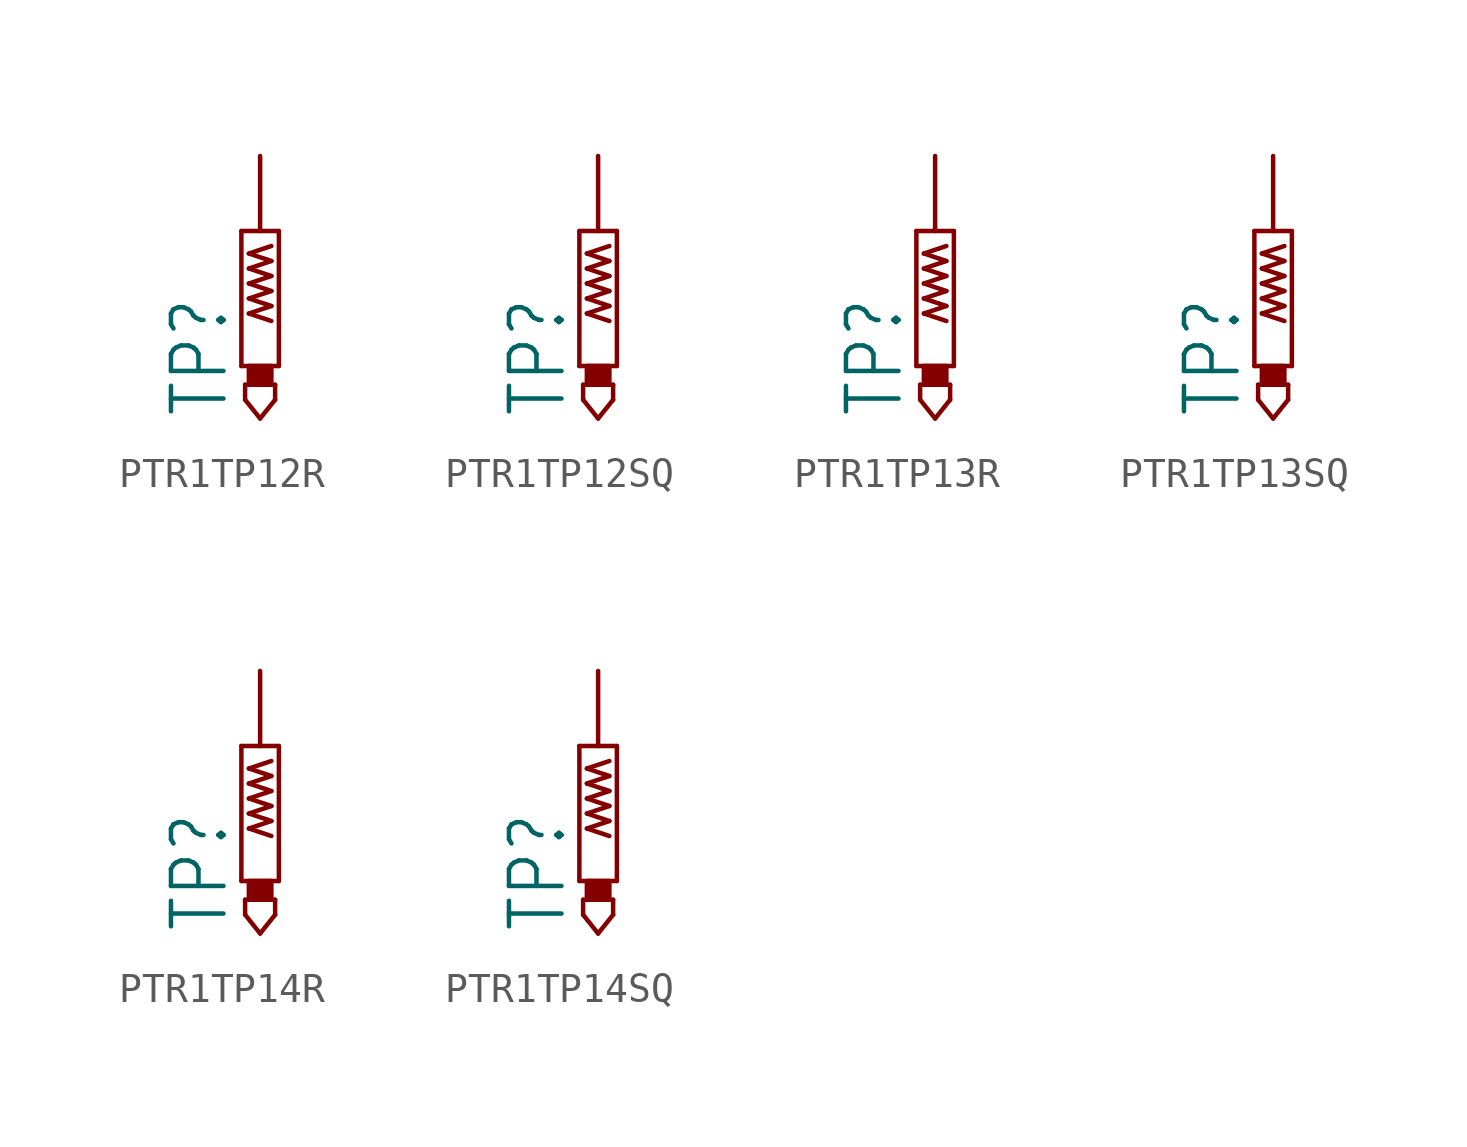
<source format=kicad_sym>
(kicad_symbol_lib
  (version 20231120)
  (generator "kicad_symbol_editor")
  (generator_version "8.0")
  (symbol "PTR1TP12R"
    (property "Reference" "TP"
      (at -1.016 -6.35 90)
      (effects (font (size 1.778 1.511)) (justify left bottom)))
    (property "ki_locked" ""
      (at 0 0 0)
      (effects (font (size 1.27 1.27))))
    (symbol "PTR1TP12R_1_0"
      (rectangle (start -0.381 -5.207) (end 0.381 -4.572) (stroke (width 0) (type default)) (fill (type outline)))
      (polyline (pts (xy -0.635 0) (xy -0.635 -4.572)) (stroke (width 0.152) (type solid)) (fill (type none)))
      (polyline (pts (xy -0.508 -5.715) (xy 0 -6.35)) (stroke (width 0.152) (type solid)) (fill (type none)))
      (polyline (pts (xy -0.508 -5.207) (xy -0.508 -5.715)) (stroke (width 0.152) (type solid)) (fill (type none)))
      (polyline (pts (xy -0.381 -2.794) (xy 0.381 -2.54)) (stroke (width 0.152) (type solid)) (fill (type none)))
      (polyline (pts (xy -0.381 -2.286) (xy 0.381 -2.032)) (stroke (width 0.152) (type solid)) (fill (type none)))
      (polyline (pts (xy -0.381 -1.778) (xy 0.381 -1.524)) (stroke (width 0.152) (type solid)) (fill (type none)))
      (polyline (pts (xy -0.381 -1.27) (xy 0.381 -1.016)) (stroke (width 0.152) (type solid)) (fill (type none)))
      (polyline (pts (xy -0.381 -0.762) (xy 0.381 -0.508)) (stroke (width 0.152) (type solid)) (fill (type none)))
      (polyline (pts (xy 0 -6.35) (xy 0.508 -5.715)) (stroke (width 0.152) (type solid)) (fill (type none)))
      (polyline (pts (xy 0.381 -3.048) (xy -0.381 -2.794)) (stroke (width 0.152) (type solid)) (fill (type none)))
      (polyline (pts (xy 0.381 -2.54) (xy -0.381 -2.286)) (stroke (width 0.152) (type solid)) (fill (type none)))
      (polyline (pts (xy 0.381 -2.032) (xy -0.381 -1.778)) (stroke (width 0.152) (type solid)) (fill (type none)))
      (polyline (pts (xy 0.381 -1.524) (xy -0.381 -1.27)) (stroke (width 0.152) (type solid)) (fill (type none)))
      (polyline (pts (xy 0.381 -1.016) (xy -0.381 -0.762)) (stroke (width 0.152) (type solid)) (fill (type none)))
      (polyline (pts (xy 0.508 -5.715) (xy 0.508 -5.207)) (stroke (width 0.152) (type solid)) (fill (type none)))
      (polyline (pts (xy 0.508 -5.207) (xy -0.508 -5.207)) (stroke (width 0.152) (type solid)) (fill (type none)))
      (polyline (pts (xy 0.635 -4.572) (xy -0.635 -4.572)) (stroke (width 0.152) (type solid)) (fill (type none)))
      (polyline (pts (xy 0.635 -4.572) (xy 0.635 0)) (stroke (width 0.152) (type solid)) (fill (type none)))
      (polyline (pts (xy 0.635 0) (xy -0.635 0)) (stroke (width 0.152) (type solid)) (fill (type none)))
      (pin input line (at 0 2.54 270) (length 2.54) (name "TP" (effects (font (size 0 0)))) (number "TP" (effects (font (size 0 0)))))))
  (symbol "PTR1TP12SQ"
    (property "Reference" "TP"
      (at -1.016 -6.35 90)
      (effects (font (size 1.778 1.511)) (justify left bottom)))
    (property "ki_locked" ""
      (at 0 0 0)
      (effects (font (size 1.27 1.27))))
    (symbol "PTR1TP12SQ_1_0"
      (rectangle (start -0.381 -5.207) (end 0.381 -4.572) (stroke (width 0) (type default)) (fill (type outline)))
      (polyline (pts (xy -0.635 0) (xy -0.635 -4.572)) (stroke (width 0.152) (type solid)) (fill (type none)))
      (polyline (pts (xy -0.508 -5.715) (xy 0 -6.35)) (stroke (width 0.152) (type solid)) (fill (type none)))
      (polyline (pts (xy -0.508 -5.207) (xy -0.508 -5.715)) (stroke (width 0.152) (type solid)) (fill (type none)))
      (polyline (pts (xy -0.381 -2.794) (xy 0.381 -2.54)) (stroke (width 0.152) (type solid)) (fill (type none)))
      (polyline (pts (xy -0.381 -2.286) (xy 0.381 -2.032)) (stroke (width 0.152) (type solid)) (fill (type none)))
      (polyline (pts (xy -0.381 -1.778) (xy 0.381 -1.524)) (stroke (width 0.152) (type solid)) (fill (type none)))
      (polyline (pts (xy -0.381 -1.27) (xy 0.381 -1.016)) (stroke (width 0.152) (type solid)) (fill (type none)))
      (polyline (pts (xy -0.381 -0.762) (xy 0.381 -0.508)) (stroke (width 0.152) (type solid)) (fill (type none)))
      (polyline (pts (xy 0 -6.35) (xy 0.508 -5.715)) (stroke (width 0.152) (type solid)) (fill (type none)))
      (polyline (pts (xy 0.381 -3.048) (xy -0.381 -2.794)) (stroke (width 0.152) (type solid)) (fill (type none)))
      (polyline (pts (xy 0.381 -2.54) (xy -0.381 -2.286)) (stroke (width 0.152) (type solid)) (fill (type none)))
      (polyline (pts (xy 0.381 -2.032) (xy -0.381 -1.778)) (stroke (width 0.152) (type solid)) (fill (type none)))
      (polyline (pts (xy 0.381 -1.524) (xy -0.381 -1.27)) (stroke (width 0.152) (type solid)) (fill (type none)))
      (polyline (pts (xy 0.381 -1.016) (xy -0.381 -0.762)) (stroke (width 0.152) (type solid)) (fill (type none)))
      (polyline (pts (xy 0.508 -5.715) (xy 0.508 -5.207)) (stroke (width 0.152) (type solid)) (fill (type none)))
      (polyline (pts (xy 0.508 -5.207) (xy -0.508 -5.207)) (stroke (width 0.152) (type solid)) (fill (type none)))
      (polyline (pts (xy 0.635 -4.572) (xy -0.635 -4.572)) (stroke (width 0.152) (type solid)) (fill (type none)))
      (polyline (pts (xy 0.635 -4.572) (xy 0.635 0)) (stroke (width 0.152) (type solid)) (fill (type none)))
      (polyline (pts (xy 0.635 0) (xy -0.635 0)) (stroke (width 0.152) (type solid)) (fill (type none)))
      (pin input line (at 0 2.54 270) (length 2.54) (name "TP" (effects (font (size 0 0)))) (number "TP" (effects (font (size 0 0)))))))
  (symbol "PTR1TP13R"
    (property "Reference" "TP"
      (at -1.016 -6.35 90)
      (effects (font (size 1.778 1.511)) (justify left bottom)))
    (property "ki_locked" ""
      (at 0 0 0)
      (effects (font (size 1.27 1.27))))
    (symbol "PTR1TP13R_1_0"
      (rectangle (start -0.381 -5.207) (end 0.381 -4.572) (stroke (width 0) (type default)) (fill (type outline)))
      (polyline (pts (xy -0.635 0) (xy -0.635 -4.572)) (stroke (width 0.152) (type solid)) (fill (type none)))
      (polyline (pts (xy -0.508 -5.715) (xy 0 -6.35)) (stroke (width 0.152) (type solid)) (fill (type none)))
      (polyline (pts (xy -0.508 -5.207) (xy -0.508 -5.715)) (stroke (width 0.152) (type solid)) (fill (type none)))
      (polyline (pts (xy -0.381 -2.794) (xy 0.381 -2.54)) (stroke (width 0.152) (type solid)) (fill (type none)))
      (polyline (pts (xy -0.381 -2.286) (xy 0.381 -2.032)) (stroke (width 0.152) (type solid)) (fill (type none)))
      (polyline (pts (xy -0.381 -1.778) (xy 0.381 -1.524)) (stroke (width 0.152) (type solid)) (fill (type none)))
      (polyline (pts (xy -0.381 -1.27) (xy 0.381 -1.016)) (stroke (width 0.152) (type solid)) (fill (type none)))
      (polyline (pts (xy -0.381 -0.762) (xy 0.381 -0.508)) (stroke (width 0.152) (type solid)) (fill (type none)))
      (polyline (pts (xy 0 -6.35) (xy 0.508 -5.715)) (stroke (width 0.152) (type solid)) (fill (type none)))
      (polyline (pts (xy 0.381 -3.048) (xy -0.381 -2.794)) (stroke (width 0.152) (type solid)) (fill (type none)))
      (polyline (pts (xy 0.381 -2.54) (xy -0.381 -2.286)) (stroke (width 0.152) (type solid)) (fill (type none)))
      (polyline (pts (xy 0.381 -2.032) (xy -0.381 -1.778)) (stroke (width 0.152) (type solid)) (fill (type none)))
      (polyline (pts (xy 0.381 -1.524) (xy -0.381 -1.27)) (stroke (width 0.152) (type solid)) (fill (type none)))
      (polyline (pts (xy 0.381 -1.016) (xy -0.381 -0.762)) (stroke (width 0.152) (type solid)) (fill (type none)))
      (polyline (pts (xy 0.508 -5.715) (xy 0.508 -5.207)) (stroke (width 0.152) (type solid)) (fill (type none)))
      (polyline (pts (xy 0.508 -5.207) (xy -0.508 -5.207)) (stroke (width 0.152) (type solid)) (fill (type none)))
      (polyline (pts (xy 0.635 -4.572) (xy -0.635 -4.572)) (stroke (width 0.152) (type solid)) (fill (type none)))
      (polyline (pts (xy 0.635 -4.572) (xy 0.635 0)) (stroke (width 0.152) (type solid)) (fill (type none)))
      (polyline (pts (xy 0.635 0) (xy -0.635 0)) (stroke (width 0.152) (type solid)) (fill (type none)))
      (pin input line (at 0 2.54 270) (length 2.54) (name "TP" (effects (font (size 0 0)))) (number "TP" (effects (font (size 0 0)))))))
  (symbol "PTR1TP13SQ"
    (property "Reference" "TP"
      (at -1.016 -6.35 90)
      (effects (font (size 1.778 1.511)) (justify left bottom)))
    (property "ki_locked" ""
      (at 0 0 0)
      (effects (font (size 1.27 1.27))))
    (symbol "PTR1TP13SQ_1_0"
      (rectangle (start -0.381 -5.207) (end 0.381 -4.572) (stroke (width 0) (type default)) (fill (type outline)))
      (polyline (pts (xy -0.635 0) (xy -0.635 -4.572)) (stroke (width 0.152) (type solid)) (fill (type none)))
      (polyline (pts (xy -0.508 -5.715) (xy 0 -6.35)) (stroke (width 0.152) (type solid)) (fill (type none)))
      (polyline (pts (xy -0.508 -5.207) (xy -0.508 -5.715)) (stroke (width 0.152) (type solid)) (fill (type none)))
      (polyline (pts (xy -0.381 -2.794) (xy 0.381 -2.54)) (stroke (width 0.152) (type solid)) (fill (type none)))
      (polyline (pts (xy -0.381 -2.286) (xy 0.381 -2.032)) (stroke (width 0.152) (type solid)) (fill (type none)))
      (polyline (pts (xy -0.381 -1.778) (xy 0.381 -1.524)) (stroke (width 0.152) (type solid)) (fill (type none)))
      (polyline (pts (xy -0.381 -1.27) (xy 0.381 -1.016)) (stroke (width 0.152) (type solid)) (fill (type none)))
      (polyline (pts (xy -0.381 -0.762) (xy 0.381 -0.508)) (stroke (width 0.152) (type solid)) (fill (type none)))
      (polyline (pts (xy 0 -6.35) (xy 0.508 -5.715)) (stroke (width 0.152) (type solid)) (fill (type none)))
      (polyline (pts (xy 0.381 -3.048) (xy -0.381 -2.794)) (stroke (width 0.152) (type solid)) (fill (type none)))
      (polyline (pts (xy 0.381 -2.54) (xy -0.381 -2.286)) (stroke (width 0.152) (type solid)) (fill (type none)))
      (polyline (pts (xy 0.381 -2.032) (xy -0.381 -1.778)) (stroke (width 0.152) (type solid)) (fill (type none)))
      (polyline (pts (xy 0.381 -1.524) (xy -0.381 -1.27)) (stroke (width 0.152) (type solid)) (fill (type none)))
      (polyline (pts (xy 0.381 -1.016) (xy -0.381 -0.762)) (stroke (width 0.152) (type solid)) (fill (type none)))
      (polyline (pts (xy 0.508 -5.715) (xy 0.508 -5.207)) (stroke (width 0.152) (type solid)) (fill (type none)))
      (polyline (pts (xy 0.508 -5.207) (xy -0.508 -5.207)) (stroke (width 0.152) (type solid)) (fill (type none)))
      (polyline (pts (xy 0.635 -4.572) (xy -0.635 -4.572)) (stroke (width 0.152) (type solid)) (fill (type none)))
      (polyline (pts (xy 0.635 -4.572) (xy 0.635 0)) (stroke (width 0.152) (type solid)) (fill (type none)))
      (polyline (pts (xy 0.635 0) (xy -0.635 0)) (stroke (width 0.152) (type solid)) (fill (type none)))
      (pin input line (at 0 2.54 270) (length 2.54) (name "TP" (effects (font (size 0 0)))) (number "TP" (effects (font (size 0 0)))))))
  (symbol "PTR1TP14R"
    (property "Reference" "TP"
      (at -1.016 -6.35 90)
      (effects (font (size 1.778 1.511)) (justify left bottom)))
    (property "ki_locked" ""
      (at 0 0 0)
      (effects (font (size 1.27 1.27))))
    (symbol "PTR1TP14R_1_0"
      (rectangle (start -0.381 -5.207) (end 0.381 -4.572) (stroke (width 0) (type default)) (fill (type outline)))
      (polyline (pts (xy -0.635 0) (xy -0.635 -4.572)) (stroke (width 0.152) (type solid)) (fill (type none)))
      (polyline (pts (xy -0.508 -5.715) (xy 0 -6.35)) (stroke (width 0.152) (type solid)) (fill (type none)))
      (polyline (pts (xy -0.508 -5.207) (xy -0.508 -5.715)) (stroke (width 0.152) (type solid)) (fill (type none)))
      (polyline (pts (xy -0.381 -2.794) (xy 0.381 -2.54)) (stroke (width 0.152) (type solid)) (fill (type none)))
      (polyline (pts (xy -0.381 -2.286) (xy 0.381 -2.032)) (stroke (width 0.152) (type solid)) (fill (type none)))
      (polyline (pts (xy -0.381 -1.778) (xy 0.381 -1.524)) (stroke (width 0.152) (type solid)) (fill (type none)))
      (polyline (pts (xy -0.381 -1.27) (xy 0.381 -1.016)) (stroke (width 0.152) (type solid)) (fill (type none)))
      (polyline (pts (xy -0.381 -0.762) (xy 0.381 -0.508)) (stroke (width 0.152) (type solid)) (fill (type none)))
      (polyline (pts (xy 0 -6.35) (xy 0.508 -5.715)) (stroke (width 0.152) (type solid)) (fill (type none)))
      (polyline (pts (xy 0.381 -3.048) (xy -0.381 -2.794)) (stroke (width 0.152) (type solid)) (fill (type none)))
      (polyline (pts (xy 0.381 -2.54) (xy -0.381 -2.286)) (stroke (width 0.152) (type solid)) (fill (type none)))
      (polyline (pts (xy 0.381 -2.032) (xy -0.381 -1.778)) (stroke (width 0.152) (type solid)) (fill (type none)))
      (polyline (pts (xy 0.381 -1.524) (xy -0.381 -1.27)) (stroke (width 0.152) (type solid)) (fill (type none)))
      (polyline (pts (xy 0.381 -1.016) (xy -0.381 -0.762)) (stroke (width 0.152) (type solid)) (fill (type none)))
      (polyline (pts (xy 0.508 -5.715) (xy 0.508 -5.207)) (stroke (width 0.152) (type solid)) (fill (type none)))
      (polyline (pts (xy 0.508 -5.207) (xy -0.508 -5.207)) (stroke (width 0.152) (type solid)) (fill (type none)))
      (polyline (pts (xy 0.635 -4.572) (xy -0.635 -4.572)) (stroke (width 0.152) (type solid)) (fill (type none)))
      (polyline (pts (xy 0.635 -4.572) (xy 0.635 0)) (stroke (width 0.152) (type solid)) (fill (type none)))
      (polyline (pts (xy 0.635 0) (xy -0.635 0)) (stroke (width 0.152) (type solid)) (fill (type none)))
      (pin input line (at 0 2.54 270) (length 2.54) (name "TP" (effects (font (size 0 0)))) (number "TP" (effects (font (size 0 0)))))))
  (symbol "PTR1TP14SQ"
    (property "Reference" "TP"
      (at -1.016 -6.35 90)
      (effects (font (size 1.778 1.511)) (justify left bottom)))
    (property "ki_locked" ""
      (at 0 0 0)
      (effects (font (size 1.27 1.27))))
    (symbol "PTR1TP14SQ_1_0"
      (rectangle (start -0.381 -5.207) (end 0.381 -4.572) (stroke (width 0) (type default)) (fill (type outline)))
      (polyline (pts (xy -0.635 0) (xy -0.635 -4.572)) (stroke (width 0.152) (type solid)) (fill (type none)))
      (polyline (pts (xy -0.508 -5.715) (xy 0 -6.35)) (stroke (width 0.152) (type solid)) (fill (type none)))
      (polyline (pts (xy -0.508 -5.207) (xy -0.508 -5.715)) (stroke (width 0.152) (type solid)) (fill (type none)))
      (polyline (pts (xy -0.381 -2.794) (xy 0.381 -2.54)) (stroke (width 0.152) (type solid)) (fill (type none)))
      (polyline (pts (xy -0.381 -2.286) (xy 0.381 -2.032)) (stroke (width 0.152) (type solid)) (fill (type none)))
      (polyline (pts (xy -0.381 -1.778) (xy 0.381 -1.524)) (stroke (width 0.152) (type solid)) (fill (type none)))
      (polyline (pts (xy -0.381 -1.27) (xy 0.381 -1.016)) (stroke (width 0.152) (type solid)) (fill (type none)))
      (polyline (pts (xy -0.381 -0.762) (xy 0.381 -0.508)) (stroke (width 0.152) (type solid)) (fill (type none)))
      (polyline (pts (xy 0 -6.35) (xy 0.508 -5.715)) (stroke (width 0.152) (type solid)) (fill (type none)))
      (polyline (pts (xy 0.381 -3.048) (xy -0.381 -2.794)) (stroke (width 0.152) (type solid)) (fill (type none)))
      (polyline (pts (xy 0.381 -2.54) (xy -0.381 -2.286)) (stroke (width 0.152) (type solid)) (fill (type none)))
      (polyline (pts (xy 0.381 -2.032) (xy -0.381 -1.778)) (stroke (width 0.152) (type solid)) (fill (type none)))
      (polyline (pts (xy 0.381 -1.524) (xy -0.381 -1.27)) (stroke (width 0.152) (type solid)) (fill (type none)))
      (polyline (pts (xy 0.381 -1.016) (xy -0.381 -0.762)) (stroke (width 0.152) (type solid)) (fill (type none)))
      (polyline (pts (xy 0.508 -5.715) (xy 0.508 -5.207)) (stroke (width 0.152) (type solid)) (fill (type none)))
      (polyline (pts (xy 0.508 -5.207) (xy -0.508 -5.207)) (stroke (width 0.152) (type solid)) (fill (type none)))
      (polyline (pts (xy 0.635 -4.572) (xy -0.635 -4.572)) (stroke (width 0.152) (type solid)) (fill (type none)))
      (polyline (pts (xy 0.635 -4.572) (xy 0.635 0)) (stroke (width 0.152) (type solid)) (fill (type none)))
      (polyline (pts (xy 0.635 0) (xy -0.635 0)) (stroke (width 0.152) (type solid)) (fill (type none)))
      (pin input line (at 0 2.54 270) (length 2.54) (name "TP" (effects (font (size 0 0)))) (number "TP" (effects (font (size 0 0))))))))
</source>
